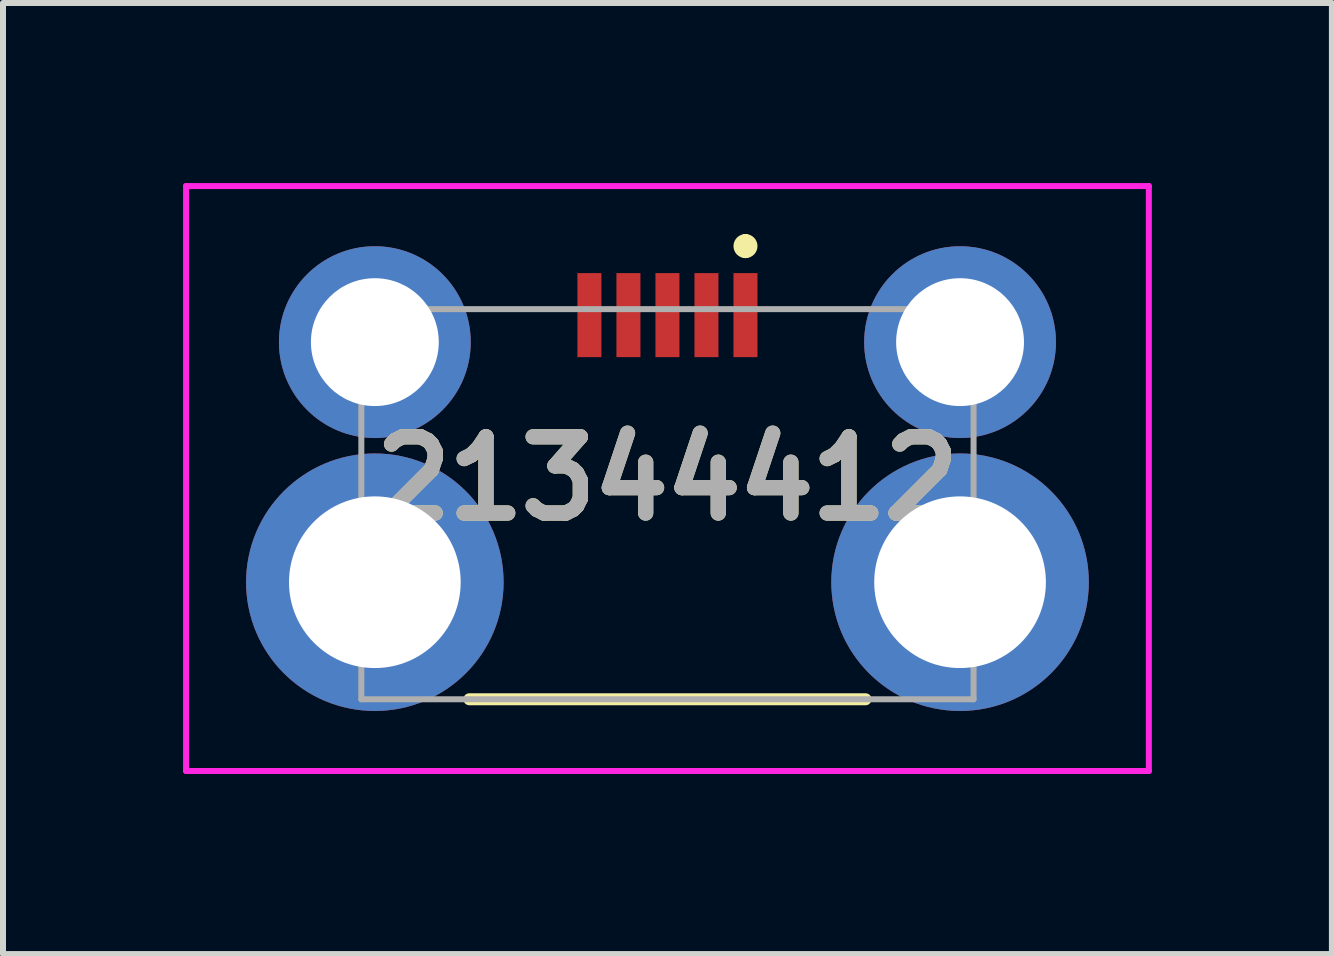
<source format=kicad_pcb>
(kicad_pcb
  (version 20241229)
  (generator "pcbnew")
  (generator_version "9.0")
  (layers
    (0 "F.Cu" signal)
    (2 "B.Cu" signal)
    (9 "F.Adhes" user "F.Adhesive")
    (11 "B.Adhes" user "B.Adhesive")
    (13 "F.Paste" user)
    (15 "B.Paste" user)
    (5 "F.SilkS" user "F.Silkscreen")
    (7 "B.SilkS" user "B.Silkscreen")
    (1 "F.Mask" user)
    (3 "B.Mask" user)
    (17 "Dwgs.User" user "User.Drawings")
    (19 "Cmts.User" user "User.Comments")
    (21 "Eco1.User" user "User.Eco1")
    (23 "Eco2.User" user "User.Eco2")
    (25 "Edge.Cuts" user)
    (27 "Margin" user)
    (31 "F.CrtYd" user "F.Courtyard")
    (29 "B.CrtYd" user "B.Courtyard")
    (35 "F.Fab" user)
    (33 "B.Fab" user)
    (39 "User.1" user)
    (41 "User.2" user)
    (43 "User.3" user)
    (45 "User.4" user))
  (footprint "21344412"
    (layer "F.Cu")
    (at 8.07 6.65)
    (property "Reference" "21344412" (at 0 -1.727 0) (layer "F.SilkS") (effects (font (size 1.27 1.27) (thickness 0.254))))
    (attr through_hole)
    (fp_line (start -3.3 1.95) (end 3.3 1.95) (stroke (width 0.2) (type solid)) (layer "F.SilkS"))
    (fp_line (start 1.3 -5.7) (end 1.3 -5.7) (stroke (width 0.2) (type solid)) (layer "F.SilkS"))
    (fp_line (start 1.3 -5.5) (end 1.3 -5.5) (stroke (width 0.2) (type solid)) (layer "F.SilkS"))
    (fp_arc (start 1.3 -5.7) (mid 1.4 -5.6) (end 1.3 -5.5) (stroke (width 0.2) (type solid)) (layer "F.SilkS"))
    (fp_arc (start 1.3 -5.5) (mid 1.2 -5.6) (end 1.3 -5.7) (stroke (width 0.2) (type solid)) (layer "F.SilkS"))
    (fp_line (start -8.02 -6.6) (end 8.02 -6.6) (stroke (width 0.1) (type solid)) (layer "F.CrtYd"))
    (fp_line (start -8.02 3.145) (end -8.02 -6.6) (stroke (width 0.1) (type solid)) (layer "F.CrtYd"))
    (fp_line (start 8.02 -6.6) (end 8.02 3.145) (stroke (width 0.1) (type solid)) (layer "F.CrtYd"))
    (fp_line (start 8.02 3.145) (end -8.02 3.145) (stroke (width 0.1) (type solid)) (layer "F.CrtYd"))
    (fp_line (start -5.1 -4.55) (end 5.1 -4.55) (stroke (width 0.1) (type solid)) (layer "F.Fab"))
    (fp_line (start -5.1 1.95) (end -5.1 -4.55) (stroke (width 0.1) (type solid)) (layer "F.Fab"))
    (fp_line (start 5.1 -4.55) (end 5.1 1.95) (stroke (width 0.1) (type solid)) (layer "F.Fab"))
    (fp_line (start 5.1 1.95) (end -5.1 1.95) (stroke (width 0.1) (type solid)) (layer "F.Fab"))
    (fp_text user "${REFERENCE}" (at 0 -1.727 0) (layer "F.Fab") (effects (font (size 1.27 1.27) (thickness 0.254))))
    (pad "1" smd rect (at 1.3 -4.45) (size 0.4 1.4) (layers "F.Cu" "F.Mask" "F.Paste"))
    (pad "2" smd rect (at 0.65 -4.45) (size 0.4 1.4) (layers "F.Cu" "F.Mask" "F.Paste"))
    (pad "3" smd rect (at 0 -4.45) (size 0.4 1.4) (layers "F.Cu" "F.Mask" "F.Paste"))
    (pad "4" smd rect (at -0.65 -4.45) (size 0.4 1.4) (layers "F.Cu" "F.Mask" "F.Paste"))
    (pad "5" smd rect (at -1.3 -4.45) (size 0.4 1.4) (layers "F.Cu" "F.Mask" "F.Paste"))
    (pad "MH1" thru_hole circle (at -4.875 -4) (size 3.195 3.195) (drill 2.13) (layers "*.Cu" "*.Mask"))
    (pad "MH2" thru_hole circle (at 4.875 -4) (size 3.195 3.195) (drill 2.13) (layers "*.Cu" "*.Mask"))
    (pad "MH3" thru_hole circle (at -4.875 0) (size 4.29 4.29) (drill 2.86) (layers "*.Cu" "*.Mask"))
    (pad "MH4" thru_hole circle (at 4.875 0) (size 4.29 4.29) (drill 2.86) (layers "*.Cu" "*.Mask")))
  (gr_rect
    (start -3 -3)
    (end 19.14 12.845)
    (stroke (width 0.1) (type default))
    (fill no)
    (layer "Edge.Cuts")))
</source>
